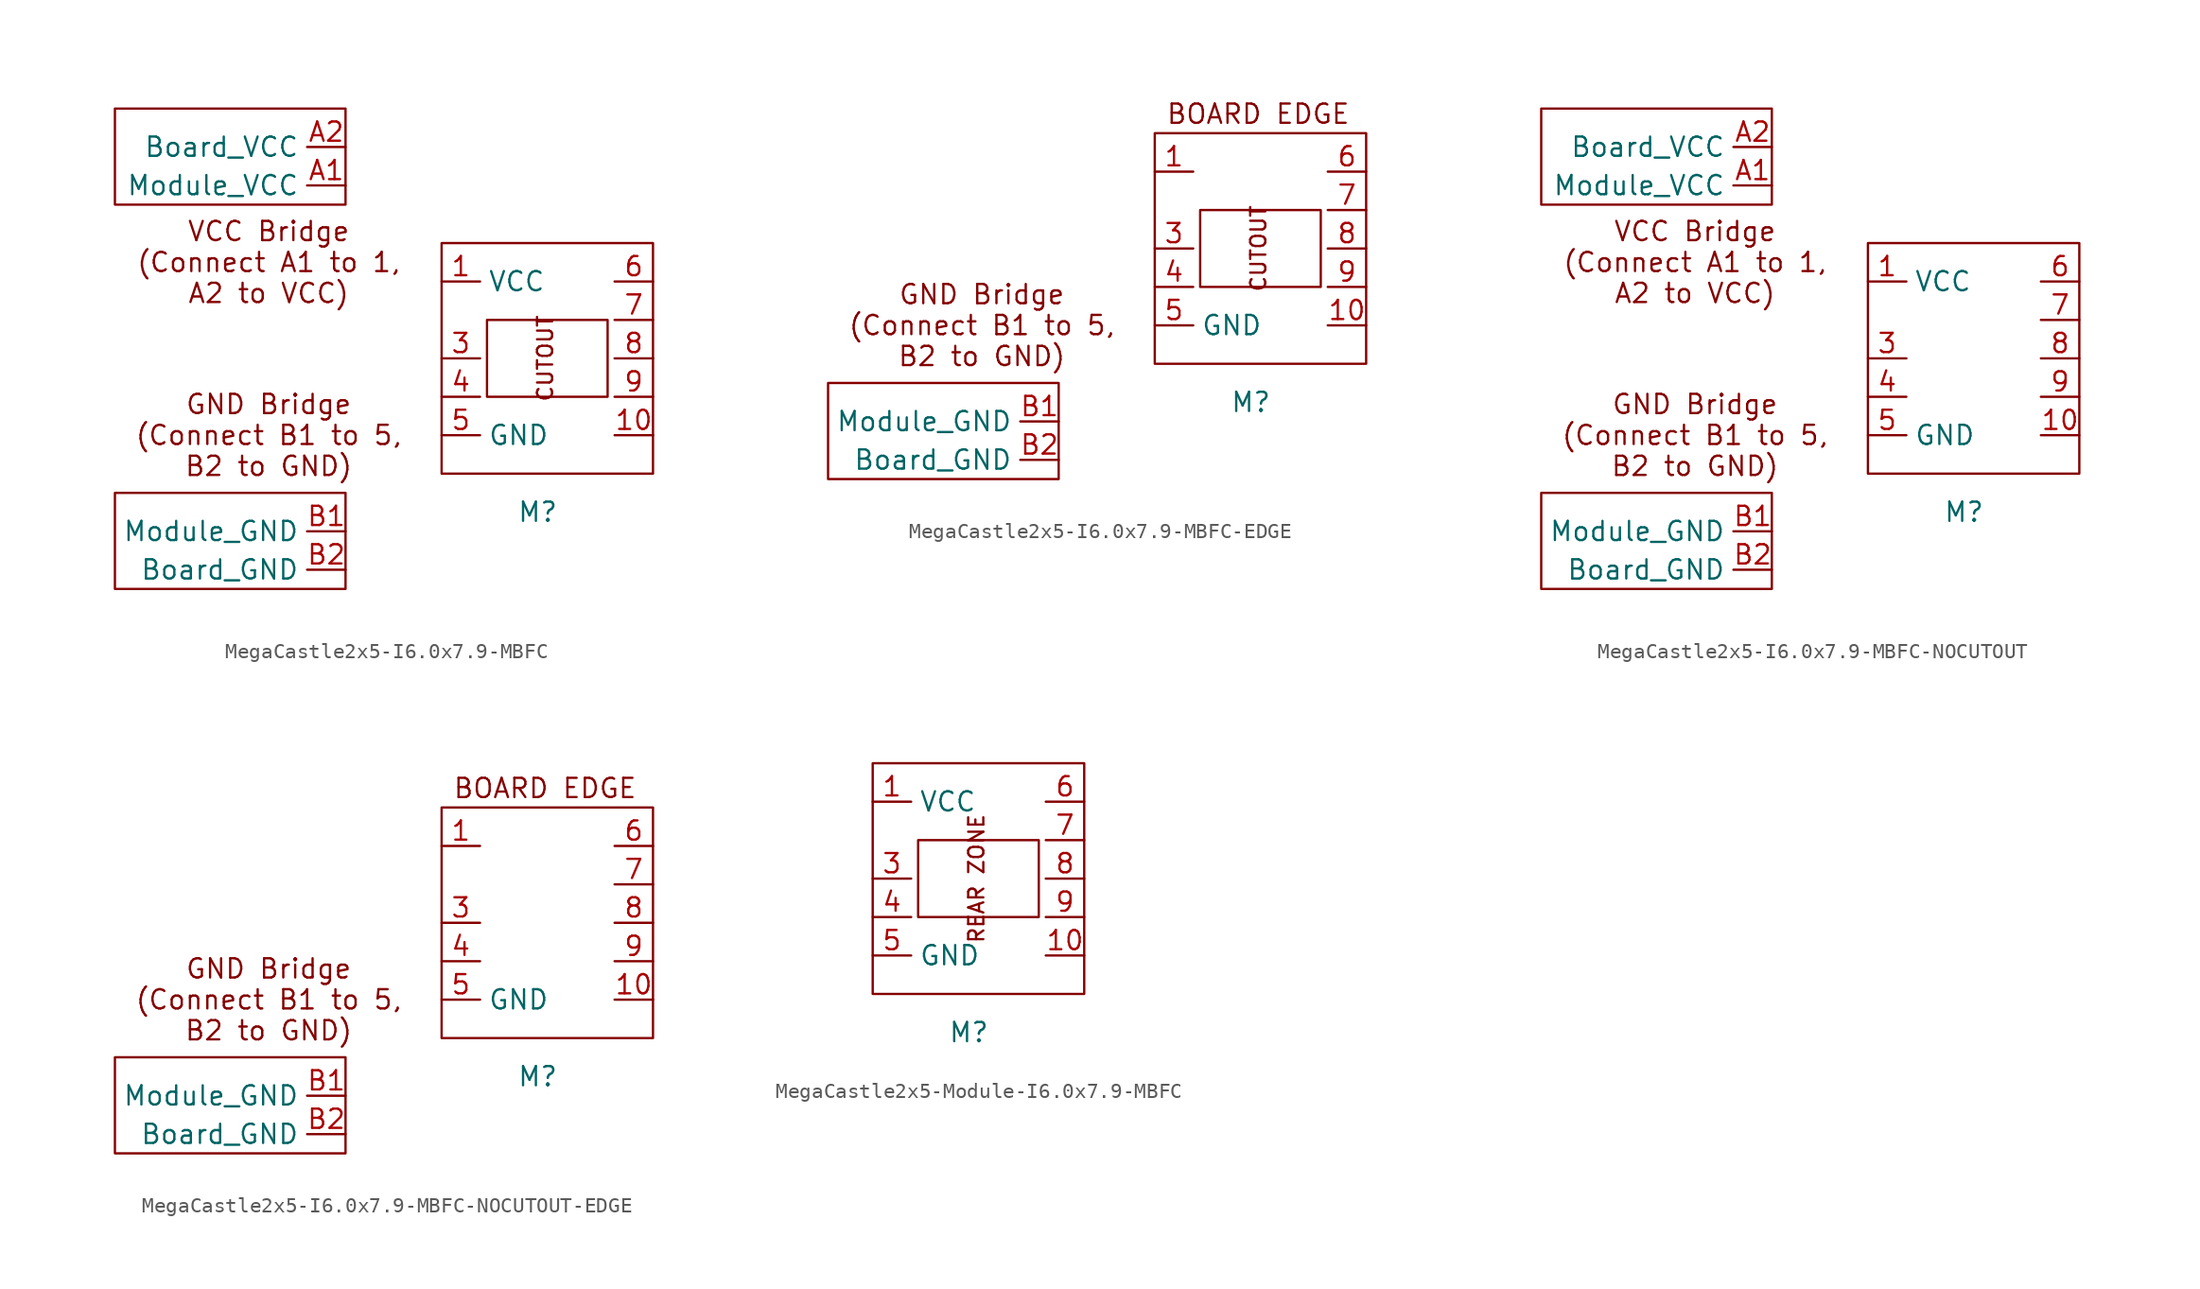
<source format=kicad_sym>
(kicad_symbol_lib
  (version 20231120)
  (generator "kicad_symbol_editor")
  (generator_version "8.0")
  (symbol "MegaCastle2x5-I6.0x7.9-MBFC"
    (property "Reference" "M"
      (at 0 -10.16 0)
      (effects (font (size 1.27 1.27))))
    (property "Value" ""
      (at 0 5.08 0)
      (effects (font (size 1.27 1.27))))
    (symbol "MegaCastle2x5-I6.0x7.9-MBFC_0_1"
      (rectangle (start -27.94 16.51) (end -12.7 10.16) (stroke (width 0) (type default)) (fill (type none)))
      (rectangle (start -27.94 -8.89) (end -12.7 -15.24) (stroke (width 0) (type default)) (fill (type none)))
      (rectangle (start -6.35 7.62) (end 7.62 -7.62) (stroke (width 0) (type default)) (fill (type none)))
      (rectangle (start -3.35 2.54) (end 4.62 -2.54) (stroke (width 0) (type default)) (fill (type none))))
    (symbol "MegaCastle2x5-I6.0x7.9-MBFC_1_1"
      (text "GND Bridge\n(Connect B1 to 5,\nB2 to GND)" (at -17.78 -5.08 0) (effects (font (size 1.27 1.27))))
      (text "VCC Bridge\n(Connect A1 to 1,\nA2 to VCC)" (at -17.78 6.35 0) (effects (font (size 1.27 1.27))))
      (text "CUTOUT" (at 0.5 0 900) (effects (font (size 1 1))))
      (pin bidirectional line (at -6.35 5.08 0) (length 2.54) (name "VCC" (effects (font (size 1.27 1.27)))) (number "1" (effects (font (size 1.27 1.27)))))
      (pin bidirectional line (at -6.35 0 0) (length 2.54) (name "" (effects (font (size 1.27 1.27)))) (number "3" (effects (font (size 1.27 1.27)))))
      (pin bidirectional line (at -6.35 -2.54 0) (length 2.54) (name "" (effects (font (size 1.27 1.27)))) (number "4" (effects (font (size 1.27 1.27)))))
      (pin bidirectional line (at -6.35 -5.08 0) (length 2.54) (name "GND" (effects (font (size 1.27 1.27)))) (number "5" (effects (font (size 1.27 1.27)))))
      (pin bidirectional line (at 7.62 5.08 180) (length 2.54) (name "" (effects (font (size 1.27 1.27)))) (number "6" (effects (font (size 1.27 1.27)))))
      (pin bidirectional line (at 7.62 2.54 180) (length 2.54) (name "" (effects (font (size 1.27 1.27)))) (number "7" (effects (font (size 1.27 1.27)))))
      (pin bidirectional line (at 7.62 0 180) (length 2.54) (name "" (effects (font (size 1.27 1.27)))) (number "8" (effects (font (size 1.27 1.27)))))
      (pin bidirectional line (at 7.62 -2.54 180) (length 2.54) (name "" (effects (font (size 1.27 1.27)))) (number "9" (effects (font (size 1.27 1.27)))))
      (pin bidirectional line (at 7.62 -5.08 180) (length 2.54) (name "" (effects (font (size 1.27 1.27)))) (number "10" (effects (font (size 1.27 1.27)))))
      (pin bidirectional line (at -12.7 11.43 180) (length 2.54) (name "Module_VCC" (effects (font (size 1.27 1.27)))) (number "A1" (effects (font (size 1.27 1.27)))))
      (pin bidirectional line (at -12.7 13.97 180) (length 2.54) (name "Board_VCC" (effects (font (size 1.27 1.27)))) (number "A2" (effects (font (size 1.27 1.27)))))
      (pin bidirectional line (at -12.7 -11.43 180) (length 2.54) (name "Module_GND" (effects (font (size 1.27 1.27)))) (number "B1" (effects (font (size 1.27 1.27)))))
      (pin bidirectional line (at -12.7 -13.97 180) (length 2.54) (name "Board_GND" (effects (font (size 1.27 1.27)))) (number "B2" (effects (font (size 1.27 1.27)))))))
  (symbol "MegaCastle2x5-I6.0x7.9-MBFC-EDGE"
    (property "Reference" "M"
      (at 0 -10.16 0)
      (effects (font (size 1.27 1.27))))
    (property "Value" ""
      (at 0 5.08 0)
      (effects (font (size 1.27 1.27))))
    (symbol "MegaCastle2x5-I6.0x7.9-MBFC-EDGE_0_1"
      (rectangle (start -27.94 -8.89) (end -12.7 -15.24) (stroke (width 0) (type default)) (fill (type none)))
      (rectangle (start -6.35 7.62) (end 7.62 -7.62) (stroke (width 0) (type default)) (fill (type none)))
      (rectangle (start -3.35 2.54) (end 4.62 -2.54) (stroke (width 0) (type default)) (fill (type none))))
    (symbol "MegaCastle2x5-I6.0x7.9-MBFC-EDGE_1_1"
      (text "GND Bridge\n(Connect B1 to 5,\nB2 to GND)" (at -17.78 -5.08 0) (effects (font (size 1.27 1.27))))
      (text " BOARD EDGE" (at 0 8.89 0) (effects (font (size 1.27 1.27))))
      (text "CUTOUT" (at 0.5 0 900) (effects (font (size 1 1))))
      (pin bidirectional line (at -6.35 5.08 0) (length 2.54) (name "" (effects (font (size 1.27 1.27)))) (number "1" (effects (font (size 1.27 1.27)))))
      (pin bidirectional line (at -6.35 0 0) (length 2.54) (name "" (effects (font (size 1.27 1.27)))) (number "3" (effects (font (size 1.27 1.27)))))
      (pin bidirectional line (at -6.35 -2.54 0) (length 2.54) (name "" (effects (font (size 1.27 1.27)))) (number "4" (effects (font (size 1.27 1.27)))))
      (pin bidirectional line (at -6.35 -5.08 0) (length 2.54) (name "GND" (effects (font (size 1.27 1.27)))) (number "5" (effects (font (size 1.27 1.27)))))
      (pin bidirectional line (at 7.62 5.08 180) (length 2.54) (name "" (effects (font (size 1.27 1.27)))) (number "6" (effects (font (size 1.27 1.27)))))
      (pin bidirectional line (at 7.62 2.54 180) (length 2.54) (name "" (effects (font (size 1.27 1.27)))) (number "7" (effects (font (size 1.27 1.27)))))
      (pin bidirectional line (at 7.62 0 180) (length 2.54) (name "" (effects (font (size 1.27 1.27)))) (number "8" (effects (font (size 1.27 1.27)))))
      (pin bidirectional line (at 7.62 -2.54 180) (length 2.54) (name "" (effects (font (size 1.27 1.27)))) (number "9" (effects (font (size 1.27 1.27)))))
      (pin bidirectional line (at 7.62 -5.08 180) (length 2.54) (name "" (effects (font (size 1.27 1.27)))) (number "10" (effects (font (size 1.27 1.27)))))
      (pin bidirectional line (at -12.7 -11.43 180) (length 2.54) (name "Module_GND" (effects (font (size 1.27 1.27)))) (number "B1" (effects (font (size 1.27 1.27)))))
      (pin bidirectional line (at -12.7 -13.97 180) (length 2.54) (name "Board_GND" (effects (font (size 1.27 1.27)))) (number "B2" (effects (font (size 1.27 1.27)))))))
  (symbol "MegaCastle2x5-I6.0x7.9-MBFC-NOCUTOUT"
    (property "Reference" "M"
      (at 0 -10.16 0)
      (effects (font (size 1.27 1.27))))
    (property "Value" ""
      (at 0 5.08 0)
      (effects (font (size 1.27 1.27))))
    (symbol "MegaCastle2x5-I6.0x7.9-MBFC-NOCUTOUT_0_1"
      (rectangle (start -27.94 16.51) (end -12.7 10.16) (stroke (width 0) (type default)) (fill (type none)))
      (rectangle (start -27.94 -8.89) (end -12.7 -15.24) (stroke (width 0) (type default)) (fill (type none)))
      (rectangle (start -6.35 7.62) (end 7.62 -7.62) (stroke (width 0) (type default)) (fill (type none))))
    (symbol "MegaCastle2x5-I6.0x7.9-MBFC-NOCUTOUT_1_1"
      (text "GND Bridge\n(Connect B1 to 5,\nB2 to GND)" (at -17.78 -5.08 0) (effects (font (size 1.27 1.27))))
      (text "VCC Bridge\n(Connect A1 to 1,\nA2 to VCC)" (at -17.78 6.35 0) (effects (font (size 1.27 1.27))))
      (pin bidirectional line (at -6.35 5.08 0) (length 2.54) (name "VCC" (effects (font (size 1.27 1.27)))) (number "1" (effects (font (size 1.27 1.27)))))
      (pin bidirectional line (at -6.35 0 0) (length 2.54) (name "" (effects (font (size 1.27 1.27)))) (number "3" (effects (font (size 1.27 1.27)))))
      (pin bidirectional line (at -6.35 -2.54 0) (length 2.54) (name "" (effects (font (size 1.27 1.27)))) (number "4" (effects (font (size 1.27 1.27)))))
      (pin bidirectional line (at -6.35 -5.08 0) (length 2.54) (name "GND" (effects (font (size 1.27 1.27)))) (number "5" (effects (font (size 1.27 1.27)))))
      (pin bidirectional line (at 7.62 5.08 180) (length 2.54) (name "" (effects (font (size 1.27 1.27)))) (number "6" (effects (font (size 1.27 1.27)))))
      (pin bidirectional line (at 7.62 2.54 180) (length 2.54) (name "" (effects (font (size 1.27 1.27)))) (number "7" (effects (font (size 1.27 1.27)))))
      (pin bidirectional line (at 7.62 0 180) (length 2.54) (name "" (effects (font (size 1.27 1.27)))) (number "8" (effects (font (size 1.27 1.27)))))
      (pin bidirectional line (at 7.62 -2.54 180) (length 2.54) (name "" (effects (font (size 1.27 1.27)))) (number "9" (effects (font (size 1.27 1.27)))))
      (pin bidirectional line (at 7.62 -5.08 180) (length 2.54) (name "" (effects (font (size 1.27 1.27)))) (number "10" (effects (font (size 1.27 1.27)))))
      (pin bidirectional line (at -12.7 11.43 180) (length 2.54) (name "Module_VCC" (effects (font (size 1.27 1.27)))) (number "A1" (effects (font (size 1.27 1.27)))))
      (pin bidirectional line (at -12.7 13.97 180) (length 2.54) (name "Board_VCC" (effects (font (size 1.27 1.27)))) (number "A2" (effects (font (size 1.27 1.27)))))
      (pin bidirectional line (at -12.7 -11.43 180) (length 2.54) (name "Module_GND" (effects (font (size 1.27 1.27)))) (number "B1" (effects (font (size 1.27 1.27)))))
      (pin bidirectional line (at -12.7 -13.97 180) (length 2.54) (name "Board_GND" (effects (font (size 1.27 1.27)))) (number "B2" (effects (font (size 1.27 1.27)))))))
  (symbol "MegaCastle2x5-I6.0x7.9-MBFC-NOCUTOUT-EDGE"
    (property "Reference" "M"
      (at 0 -10.16 0)
      (effects (font (size 1.27 1.27))))
    (property "Value" ""
      (at 0 5.08 0)
      (effects (font (size 1.27 1.27))))
    (symbol "MegaCastle2x5-I6.0x7.9-MBFC-NOCUTOUT-EDGE_0_1"
      (rectangle (start -27.94 -8.89) (end -12.7 -15.24) (stroke (width 0) (type default)) (fill (type none)))
      (rectangle (start -6.35 7.62) (end 7.62 -7.62) (stroke (width 0) (type default)) (fill (type none))))
    (symbol "MegaCastle2x5-I6.0x7.9-MBFC-NOCUTOUT-EDGE_1_1"
      (text "GND Bridge\n(Connect B1 to 5,\nB2 to GND)" (at -17.78 -5.08 0) (effects (font (size 1.27 1.27))))
      (text " BOARD EDGE" (at 0 8.89 0) (effects (font (size 1.27 1.27))))
      (pin bidirectional line (at -6.35 5.08 0) (length 2.54) (name "" (effects (font (size 1.27 1.27)))) (number "1" (effects (font (size 1.27 1.27)))))
      (pin bidirectional line (at -6.35 0 0) (length 2.54) (name "" (effects (font (size 1.27 1.27)))) (number "3" (effects (font (size 1.27 1.27)))))
      (pin bidirectional line (at -6.35 -2.54 0) (length 2.54) (name "" (effects (font (size 1.27 1.27)))) (number "4" (effects (font (size 1.27 1.27)))))
      (pin bidirectional line (at -6.35 -5.08 0) (length 2.54) (name "GND" (effects (font (size 1.27 1.27)))) (number "5" (effects (font (size 1.27 1.27)))))
      (pin bidirectional line (at 7.62 5.08 180) (length 2.54) (name "" (effects (font (size 1.27 1.27)))) (number "6" (effects (font (size 1.27 1.27)))))
      (pin bidirectional line (at 7.62 2.54 180) (length 2.54) (name "" (effects (font (size 1.27 1.27)))) (number "7" (effects (font (size 1.27 1.27)))))
      (pin bidirectional line (at 7.62 0 180) (length 2.54) (name "" (effects (font (size 1.27 1.27)))) (number "8" (effects (font (size 1.27 1.27)))))
      (pin bidirectional line (at 7.62 -2.54 180) (length 2.54) (name "" (effects (font (size 1.27 1.27)))) (number "9" (effects (font (size 1.27 1.27)))))
      (pin bidirectional line (at 7.62 -5.08 180) (length 2.54) (name "" (effects (font (size 1.27 1.27)))) (number "10" (effects (font (size 1.27 1.27)))))
      (pin bidirectional line (at -12.7 -11.43 180) (length 2.54) (name "Module_GND" (effects (font (size 1.27 1.27)))) (number "B1" (effects (font (size 1.27 1.27)))))
      (pin bidirectional line (at -12.7 -13.97 180) (length 2.54) (name "Board_GND" (effects (font (size 1.27 1.27)))) (number "B2" (effects (font (size 1.27 1.27)))))))
  (symbol "MegaCastle2x5-Module-I6.0x7.9-MBFC"
    (property "Reference" "M"
      (at 0 -10.16 0)
      (effects (font (size 1.27 1.27))))
    (property "Value" ""
      (at 0 5.08 0)
      (effects (font (size 1.27 1.27))))
    (symbol "MegaCastle2x5-Module-I6.0x7.9-MBFC_0_1"
      (rectangle (start -6.35 7.62) (end 7.62 -7.62) (stroke (width 0) (type default)) (fill (type none)))
      (rectangle (start -3.35 2.54) (end 4.62 -2.54) (stroke (width 0) (type default)) (fill (type none))))
    (symbol "MegaCastle2x5-Module-I6.0x7.9-MBFC_1_1"
      (text "REAR ZONE" (at 0.5 0 900) (effects (font (size 1 1))))
      (pin bidirectional line (at -6.35 5.08 0) (length 2.54) (name "VCC" (effects (font (size 1.27 1.27)))) (number "1" (effects (font (size 1.27 1.27)))))
      (pin bidirectional line (at -6.35 0 0) (length 2.54) (name "" (effects (font (size 1.27 1.27)))) (number "3" (effects (font (size 1.27 1.27)))))
      (pin bidirectional line (at -6.35 -2.54 0) (length 2.54) (name "" (effects (font (size 1.27 1.27)))) (number "4" (effects (font (size 1.27 1.27)))))
      (pin bidirectional line (at -6.35 -5.08 0) (length 2.54) (name "GND" (effects (font (size 1.27 1.27)))) (number "5" (effects (font (size 1.27 1.27)))))
      (pin bidirectional line (at 7.62 5.08 180) (length 2.54) (name "" (effects (font (size 1.27 1.27)))) (number "6" (effects (font (size 1.27 1.27)))))
      (pin bidirectional line (at 7.62 2.54 180) (length 2.54) (name "" (effects (font (size 1.27 1.27)))) (number "7" (effects (font (size 1.27 1.27)))))
      (pin bidirectional line (at 7.62 0 180) (length 2.54) (name "" (effects (font (size 1.27 1.27)))) (number "8" (effects (font (size 1.27 1.27)))))
      (pin bidirectional line (at 7.62 -2.54 180) (length 2.54) (name "" (effects (font (size 1.27 1.27)))) (number "9" (effects (font (size 1.27 1.27)))))
      (pin bidirectional line (at 7.62 -5.08 180) (length 2.54) (name "" (effects (font (size 1.27 1.27)))) (number "10" (effects (font (size 1.27 1.27))))))))
</source>
